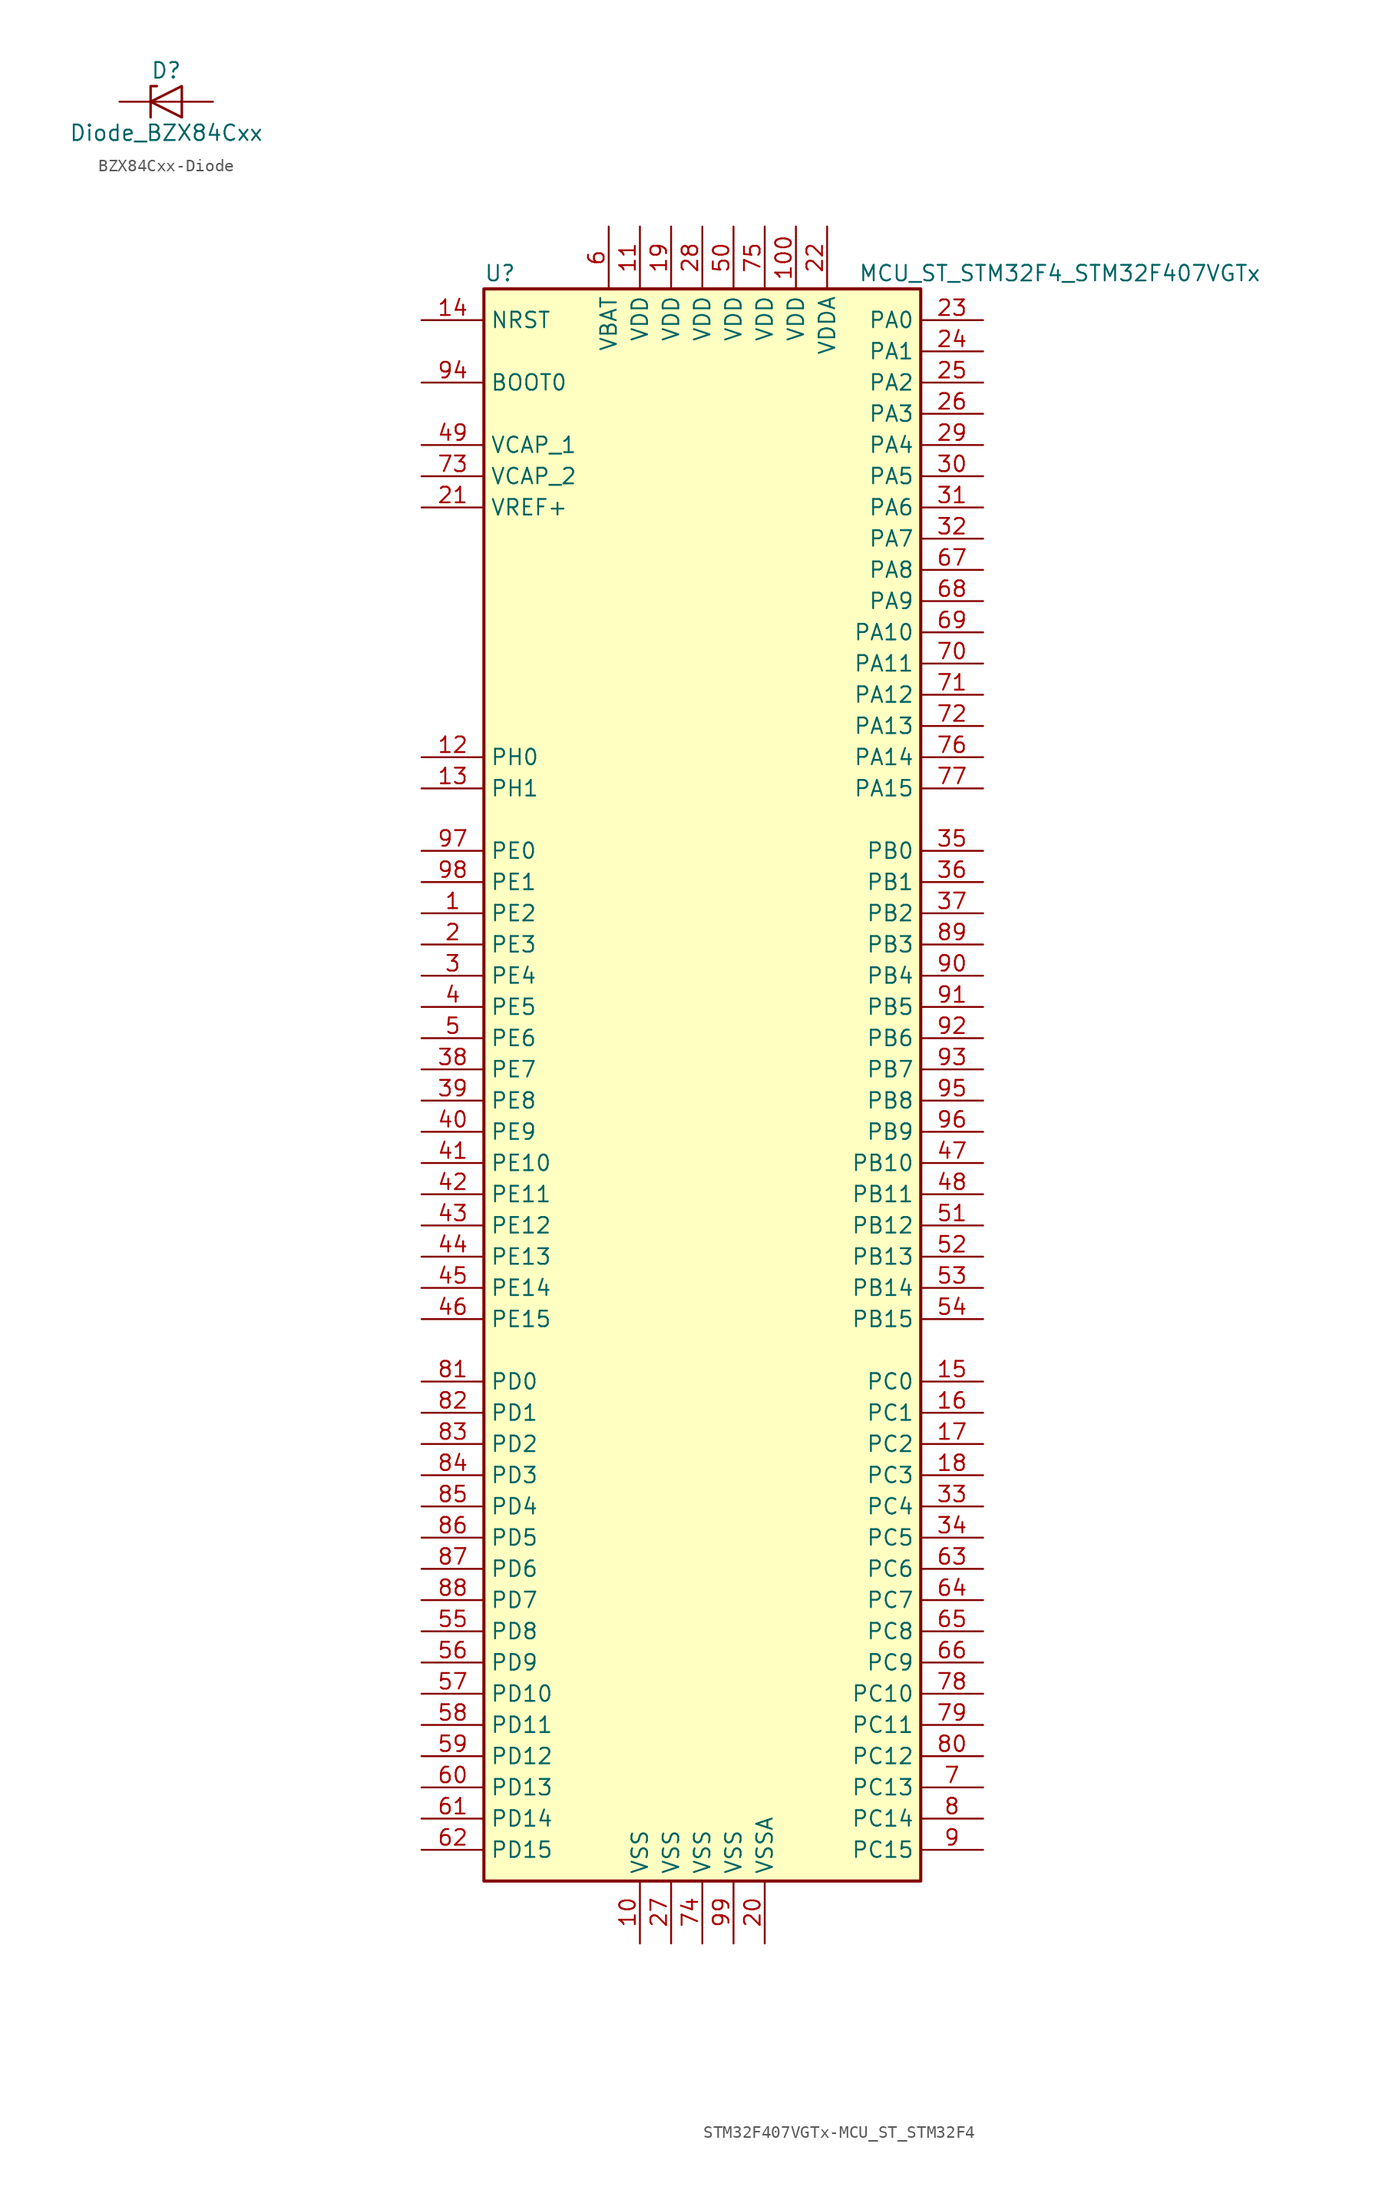
<source format=kicad_sym>
(kicad_symbol_lib
  (version 20231120)
  (generator "kicad_symbol_editor")
  (generator_version "8.0")
  (symbol "BZX84Cxx-Diode"
    (pin_numbers hide)
    (pin_names
      (offset 1.016) hide)
    (property "Reference" "D"
      (at 0 2.54 0)
      (effects (font (size 1.27 1.27))))
    (property "Value" "Diode_BZX84Cxx"
      (at 0 -2.54 0)
      (effects (font (size 1.27 1.27))))
    (symbol "BZX84Cxx-Diode_0_1"
      (polyline (pts (xy 1.27 0) (xy -1.27 0)) (stroke (width 0) (type solid)) (fill (type none)))
      (polyline (pts (xy -1.27 -1.27) (xy -1.27 1.27) (xy -0.762 1.27)) (stroke (width 0.203) (type solid)) (fill (type none)))
      (polyline (pts (xy 1.27 -1.27) (xy 1.27 1.27) (xy -1.27 0) (xy 1.27 -1.27)) (stroke (width 0.203) (type solid)) (fill (type none))))
    (symbol "BZX84Cxx-Diode_1_1"
      (pin passive line (at -3.81 0 0) (length 2.54) (name "K" (effects (font (size 1.27 1.27)))) (number "1" (effects (font (size 1.27 1.27)))))
      (pin passive line (at 3.81 0 180) (length 2.54) (name "A" (effects (font (size 1.27 1.27)))) (number "2" (effects (font (size 1.27 1.27)))))))
  (symbol "STM32F407VGTx-MCU_ST_STM32F4"
    (property "Reference" "U"
      (at -17.78 64.77 0)
      (effects (font (size 1.27 1.27)) (justify left)))
    (property "Value" "MCU_ST_STM32F4_STM32F407VGTx"
      (at 12.7 64.77 0)
      (effects (font (size 1.27 1.27)) (justify left)))
    (symbol "STM32F407VGTx-MCU_ST_STM32F4_0_1"
      (rectangle (start -17.78 -66.04) (end 17.78 63.5) (stroke (width 0.254) (type solid)) (fill (type background))))
    (symbol "STM32F407VGTx-MCU_ST_STM32F4_1_1"
      (pin bidirectional line (at -22.86 12.7 0) (length 5.08) (name "PE2" (effects (font (size 1.27 1.27)))) (number "1" (effects (font (size 1.27 1.27)))))
      (pin power_in line (at -5.08 -71.12 90) (length 5.08) (name "VSS" (effects (font (size 1.27 1.27)))) (number "10" (effects (font (size 1.27 1.27)))))
      (pin power_in line (at 7.62 68.58 270) (length 5.08) (name "VDD" (effects (font (size 1.27 1.27)))) (number "100" (effects (font (size 1.27 1.27)))))
      (pin power_in line (at -5.08 68.58 270) (length 5.08) (name "VDD" (effects (font (size 1.27 1.27)))) (number "11" (effects (font (size 1.27 1.27)))))
      (pin input line (at -22.86 25.4 0) (length 5.08) (name "PH0" (effects (font (size 1.27 1.27)))) (number "12" (effects (font (size 1.27 1.27)))))
      (pin input line (at -22.86 22.86 0) (length 5.08) (name "PH1" (effects (font (size 1.27 1.27)))) (number "13" (effects (font (size 1.27 1.27)))))
      (pin input line (at -22.86 60.96 0) (length 5.08) (name "NRST" (effects (font (size 1.27 1.27)))) (number "14" (effects (font (size 1.27 1.27)))))
      (pin bidirectional line (at 22.86 -25.4 180) (length 5.08) (name "PC0" (effects (font (size 1.27 1.27)))) (number "15" (effects (font (size 1.27 1.27)))))
      (pin bidirectional line (at 22.86 -27.94 180) (length 5.08) (name "PC1" (effects (font (size 1.27 1.27)))) (number "16" (effects (font (size 1.27 1.27)))))
      (pin bidirectional line (at 22.86 -30.48 180) (length 5.08) (name "PC2" (effects (font (size 1.27 1.27)))) (number "17" (effects (font (size 1.27 1.27)))))
      (pin bidirectional line (at 22.86 -33.02 180) (length 5.08) (name "PC3" (effects (font (size 1.27 1.27)))) (number "18" (effects (font (size 1.27 1.27)))))
      (pin power_in line (at -2.54 68.58 270) (length 5.08) (name "VDD" (effects (font (size 1.27 1.27)))) (number "19" (effects (font (size 1.27 1.27)))))
      (pin bidirectional line (at -22.86 10.16 0) (length 5.08) (name "PE3" (effects (font (size 1.27 1.27)))) (number "2" (effects (font (size 1.27 1.27)))))
      (pin power_in line (at 5.08 -71.12 90) (length 5.08) (name "VSSA" (effects (font (size 1.27 1.27)))) (number "20" (effects (font (size 1.27 1.27)))))
      (pin power_in line (at -22.86 45.72 0) (length 5.08) (name "VREF+" (effects (font (size 1.27 1.27)))) (number "21" (effects (font (size 1.27 1.27)))))
      (pin power_in line (at 10.16 68.58 270) (length 5.08) (name "VDDA" (effects (font (size 1.27 1.27)))) (number "22" (effects (font (size 1.27 1.27)))))
      (pin bidirectional line (at 22.86 60.96 180) (length 5.08) (name "PA0" (effects (font (size 1.27 1.27)))) (number "23" (effects (font (size 1.27 1.27)))))
      (pin bidirectional line (at 22.86 58.42 180) (length 5.08) (name "PA1" (effects (font (size 1.27 1.27)))) (number "24" (effects (font (size 1.27 1.27)))))
      (pin bidirectional line (at 22.86 55.88 180) (length 5.08) (name "PA2" (effects (font (size 1.27 1.27)))) (number "25" (effects (font (size 1.27 1.27)))))
      (pin bidirectional line (at 22.86 53.34 180) (length 5.08) (name "PA3" (effects (font (size 1.27 1.27)))) (number "26" (effects (font (size 1.27 1.27)))))
      (pin power_in line (at -2.54 -71.12 90) (length 5.08) (name "VSS" (effects (font (size 1.27 1.27)))) (number "27" (effects (font (size 1.27 1.27)))))
      (pin power_in line (at 0 68.58 270) (length 5.08) (name "VDD" (effects (font (size 1.27 1.27)))) (number "28" (effects (font (size 1.27 1.27)))))
      (pin bidirectional line (at 22.86 50.8 180) (length 5.08) (name "PA4" (effects (font (size 1.27 1.27)))) (number "29" (effects (font (size 1.27 1.27)))))
      (pin bidirectional line (at -22.86 7.62 0) (length 5.08) (name "PE4" (effects (font (size 1.27 1.27)))) (number "3" (effects (font (size 1.27 1.27)))))
      (pin bidirectional line (at 22.86 48.26 180) (length 5.08) (name "PA5" (effects (font (size 1.27 1.27)))) (number "30" (effects (font (size 1.27 1.27)))))
      (pin bidirectional line (at 22.86 45.72 180) (length 5.08) (name "PA6" (effects (font (size 1.27 1.27)))) (number "31" (effects (font (size 1.27 1.27)))))
      (pin bidirectional line (at 22.86 43.18 180) (length 5.08) (name "PA7" (effects (font (size 1.27 1.27)))) (number "32" (effects (font (size 1.27 1.27)))))
      (pin bidirectional line (at 22.86 -35.56 180) (length 5.08) (name "PC4" (effects (font (size 1.27 1.27)))) (number "33" (effects (font (size 1.27 1.27)))))
      (pin bidirectional line (at 22.86 -38.1 180) (length 5.08) (name "PC5" (effects (font (size 1.27 1.27)))) (number "34" (effects (font (size 1.27 1.27)))))
      (pin bidirectional line (at 22.86 17.78 180) (length 5.08) (name "PB0" (effects (font (size 1.27 1.27)))) (number "35" (effects (font (size 1.27 1.27)))))
      (pin bidirectional line (at 22.86 15.24 180) (length 5.08) (name "PB1" (effects (font (size 1.27 1.27)))) (number "36" (effects (font (size 1.27 1.27)))))
      (pin bidirectional line (at 22.86 12.7 180) (length 5.08) (name "PB2" (effects (font (size 1.27 1.27)))) (number "37" (effects (font (size 1.27 1.27)))))
      (pin bidirectional line (at -22.86 0 0) (length 5.08) (name "PE7" (effects (font (size 1.27 1.27)))) (number "38" (effects (font (size 1.27 1.27)))))
      (pin bidirectional line (at -22.86 -2.54 0) (length 5.08) (name "PE8" (effects (font (size 1.27 1.27)))) (number "39" (effects (font (size 1.27 1.27)))))
      (pin bidirectional line (at -22.86 5.08 0) (length 5.08) (name "PE5" (effects (font (size 1.27 1.27)))) (number "4" (effects (font (size 1.27 1.27)))))
      (pin bidirectional line (at -22.86 -5.08 0) (length 5.08) (name "PE9" (effects (font (size 1.27 1.27)))) (number "40" (effects (font (size 1.27 1.27)))))
      (pin bidirectional line (at -22.86 -7.62 0) (length 5.08) (name "PE10" (effects (font (size 1.27 1.27)))) (number "41" (effects (font (size 1.27 1.27)))))
      (pin bidirectional line (at -22.86 -10.16 0) (length 5.08) (name "PE11" (effects (font (size 1.27 1.27)))) (number "42" (effects (font (size 1.27 1.27)))))
      (pin bidirectional line (at -22.86 -12.7 0) (length 5.08) (name "PE12" (effects (font (size 1.27 1.27)))) (number "43" (effects (font (size 1.27 1.27)))))
      (pin bidirectional line (at -22.86 -15.24 0) (length 5.08) (name "PE13" (effects (font (size 1.27 1.27)))) (number "44" (effects (font (size 1.27 1.27)))))
      (pin bidirectional line (at -22.86 -17.78 0) (length 5.08) (name "PE14" (effects (font (size 1.27 1.27)))) (number "45" (effects (font (size 1.27 1.27)))))
      (pin bidirectional line (at -22.86 -20.32 0) (length 5.08) (name "PE15" (effects (font (size 1.27 1.27)))) (number "46" (effects (font (size 1.27 1.27)))))
      (pin bidirectional line (at 22.86 -7.62 180) (length 5.08) (name "PB10" (effects (font (size 1.27 1.27)))) (number "47" (effects (font (size 1.27 1.27)))))
      (pin bidirectional line (at 22.86 -10.16 180) (length 5.08) (name "PB11" (effects (font (size 1.27 1.27)))) (number "48" (effects (font (size 1.27 1.27)))))
      (pin power_in line (at -22.86 50.8 0) (length 5.08) (name "VCAP_1" (effects (font (size 1.27 1.27)))) (number "49" (effects (font (size 1.27 1.27)))))
      (pin bidirectional line (at -22.86 2.54 0) (length 5.08) (name "PE6" (effects (font (size 1.27 1.27)))) (number "5" (effects (font (size 1.27 1.27)))))
      (pin power_in line (at 2.54 68.58 270) (length 5.08) (name "VDD" (effects (font (size 1.27 1.27)))) (number "50" (effects (font (size 1.27 1.27)))))
      (pin bidirectional line (at 22.86 -12.7 180) (length 5.08) (name "PB12" (effects (font (size 1.27 1.27)))) (number "51" (effects (font (size 1.27 1.27)))))
      (pin bidirectional line (at 22.86 -15.24 180) (length 5.08) (name "PB13" (effects (font (size 1.27 1.27)))) (number "52" (effects (font (size 1.27 1.27)))))
      (pin bidirectional line (at 22.86 -17.78 180) (length 5.08) (name "PB14" (effects (font (size 1.27 1.27)))) (number "53" (effects (font (size 1.27 1.27)))))
      (pin bidirectional line (at 22.86 -20.32 180) (length 5.08) (name "PB15" (effects (font (size 1.27 1.27)))) (number "54" (effects (font (size 1.27 1.27)))))
      (pin bidirectional line (at -22.86 -45.72 0) (length 5.08) (name "PD8" (effects (font (size 1.27 1.27)))) (number "55" (effects (font (size 1.27 1.27)))))
      (pin bidirectional line (at -22.86 -48.26 0) (length 5.08) (name "PD9" (effects (font (size 1.27 1.27)))) (number "56" (effects (font (size 1.27 1.27)))))
      (pin bidirectional line (at -22.86 -50.8 0) (length 5.08) (name "PD10" (effects (font (size 1.27 1.27)))) (number "57" (effects (font (size 1.27 1.27)))))
      (pin bidirectional line (at -22.86 -53.34 0) (length 5.08) (name "PD11" (effects (font (size 1.27 1.27)))) (number "58" (effects (font (size 1.27 1.27)))))
      (pin bidirectional line (at -22.86 -55.88 0) (length 5.08) (name "PD12" (effects (font (size 1.27 1.27)))) (number "59" (effects (font (size 1.27 1.27)))))
      (pin power_in line (at -7.62 68.58 270) (length 5.08) (name "VBAT" (effects (font (size 1.27 1.27)))) (number "6" (effects (font (size 1.27 1.27)))))
      (pin bidirectional line (at -22.86 -58.42 0) (length 5.08) (name "PD13" (effects (font (size 1.27 1.27)))) (number "60" (effects (font (size 1.27 1.27)))))
      (pin bidirectional line (at -22.86 -60.96 0) (length 5.08) (name "PD14" (effects (font (size 1.27 1.27)))) (number "61" (effects (font (size 1.27 1.27)))))
      (pin bidirectional line (at -22.86 -63.5 0) (length 5.08) (name "PD15" (effects (font (size 1.27 1.27)))) (number "62" (effects (font (size 1.27 1.27)))))
      (pin bidirectional line (at 22.86 -40.64 180) (length 5.08) (name "PC6" (effects (font (size 1.27 1.27)))) (number "63" (effects (font (size 1.27 1.27)))))
      (pin bidirectional line (at 22.86 -43.18 180) (length 5.08) (name "PC7" (effects (font (size 1.27 1.27)))) (number "64" (effects (font (size 1.27 1.27)))))
      (pin bidirectional line (at 22.86 -45.72 180) (length 5.08) (name "PC8" (effects (font (size 1.27 1.27)))) (number "65" (effects (font (size 1.27 1.27)))))
      (pin bidirectional line (at 22.86 -48.26 180) (length 5.08) (name "PC9" (effects (font (size 1.27 1.27)))) (number "66" (effects (font (size 1.27 1.27)))))
      (pin bidirectional line (at 22.86 40.64 180) (length 5.08) (name "PA8" (effects (font (size 1.27 1.27)))) (number "67" (effects (font (size 1.27 1.27)))))
      (pin bidirectional line (at 22.86 38.1 180) (length 5.08) (name "PA9" (effects (font (size 1.27 1.27)))) (number "68" (effects (font (size 1.27 1.27)))))
      (pin bidirectional line (at 22.86 35.56 180) (length 5.08) (name "PA10" (effects (font (size 1.27 1.27)))) (number "69" (effects (font (size 1.27 1.27)))))
      (pin bidirectional line (at 22.86 -58.42 180) (length 5.08) (name "PC13" (effects (font (size 1.27 1.27)))) (number "7" (effects (font (size 1.27 1.27)))))
      (pin bidirectional line (at 22.86 33.02 180) (length 5.08) (name "PA11" (effects (font (size 1.27 1.27)))) (number "70" (effects (font (size 1.27 1.27)))))
      (pin bidirectional line (at 22.86 30.48 180) (length 5.08) (name "PA12" (effects (font (size 1.27 1.27)))) (number "71" (effects (font (size 1.27 1.27)))))
      (pin bidirectional line (at 22.86 27.94 180) (length 5.08) (name "PA13" (effects (font (size 1.27 1.27)))) (number "72" (effects (font (size 1.27 1.27)))))
      (pin power_in line (at -22.86 48.26 0) (length 5.08) (name "VCAP_2" (effects (font (size 1.27 1.27)))) (number "73" (effects (font (size 1.27 1.27)))))
      (pin power_in line (at 0 -71.12 90) (length 5.08) (name "VSS" (effects (font (size 1.27 1.27)))) (number "74" (effects (font (size 1.27 1.27)))))
      (pin power_in line (at 5.08 68.58 270) (length 5.08) (name "VDD" (effects (font (size 1.27 1.27)))) (number "75" (effects (font (size 1.27 1.27)))))
      (pin bidirectional line (at 22.86 25.4 180) (length 5.08) (name "PA14" (effects (font (size 1.27 1.27)))) (number "76" (effects (font (size 1.27 1.27)))))
      (pin bidirectional line (at 22.86 22.86 180) (length 5.08) (name "PA15" (effects (font (size 1.27 1.27)))) (number "77" (effects (font (size 1.27 1.27)))))
      (pin bidirectional line (at 22.86 -50.8 180) (length 5.08) (name "PC10" (effects (font (size 1.27 1.27)))) (number "78" (effects (font (size 1.27 1.27)))))
      (pin bidirectional line (at 22.86 -53.34 180) (length 5.08) (name "PC11" (effects (font (size 1.27 1.27)))) (number "79" (effects (font (size 1.27 1.27)))))
      (pin bidirectional line (at 22.86 -60.96 180) (length 5.08) (name "PC14" (effects (font (size 1.27 1.27)))) (number "8" (effects (font (size 1.27 1.27)))))
      (pin bidirectional line (at 22.86 -55.88 180) (length 5.08) (name "PC12" (effects (font (size 1.27 1.27)))) (number "80" (effects (font (size 1.27 1.27)))))
      (pin bidirectional line (at -22.86 -25.4 0) (length 5.08) (name "PD0" (effects (font (size 1.27 1.27)))) (number "81" (effects (font (size 1.27 1.27)))))
      (pin bidirectional line (at -22.86 -27.94 0) (length 5.08) (name "PD1" (effects (font (size 1.27 1.27)))) (number "82" (effects (font (size 1.27 1.27)))))
      (pin bidirectional line (at -22.86 -30.48 0) (length 5.08) (name "PD2" (effects (font (size 1.27 1.27)))) (number "83" (effects (font (size 1.27 1.27)))))
      (pin bidirectional line (at -22.86 -33.02 0) (length 5.08) (name "PD3" (effects (font (size 1.27 1.27)))) (number "84" (effects (font (size 1.27 1.27)))))
      (pin bidirectional line (at -22.86 -35.56 0) (length 5.08) (name "PD4" (effects (font (size 1.27 1.27)))) (number "85" (effects (font (size 1.27 1.27)))))
      (pin bidirectional line (at -22.86 -38.1 0) (length 5.08) (name "PD5" (effects (font (size 1.27 1.27)))) (number "86" (effects (font (size 1.27 1.27)))))
      (pin bidirectional line (at -22.86 -40.64 0) (length 5.08) (name "PD6" (effects (font (size 1.27 1.27)))) (number "87" (effects (font (size 1.27 1.27)))))
      (pin bidirectional line (at -22.86 -43.18 0) (length 5.08) (name "PD7" (effects (font (size 1.27 1.27)))) (number "88" (effects (font (size 1.27 1.27)))))
      (pin bidirectional line (at 22.86 10.16 180) (length 5.08) (name "PB3" (effects (font (size 1.27 1.27)))) (number "89" (effects (font (size 1.27 1.27)))))
      (pin bidirectional line (at 22.86 -63.5 180) (length 5.08) (name "PC15" (effects (font (size 1.27 1.27)))) (number "9" (effects (font (size 1.27 1.27)))))
      (pin bidirectional line (at 22.86 7.62 180) (length 5.08) (name "PB4" (effects (font (size 1.27 1.27)))) (number "90" (effects (font (size 1.27 1.27)))))
      (pin bidirectional line (at 22.86 5.08 180) (length 5.08) (name "PB5" (effects (font (size 1.27 1.27)))) (number "91" (effects (font (size 1.27 1.27)))))
      (pin bidirectional line (at 22.86 2.54 180) (length 5.08) (name "PB6" (effects (font (size 1.27 1.27)))) (number "92" (effects (font (size 1.27 1.27)))))
      (pin bidirectional line (at 22.86 0 180) (length 5.08) (name "PB7" (effects (font (size 1.27 1.27)))) (number "93" (effects (font (size 1.27 1.27)))))
      (pin input line (at -22.86 55.88 0) (length 5.08) (name "BOOT0" (effects (font (size 1.27 1.27)))) (number "94" (effects (font (size 1.27 1.27)))))
      (pin bidirectional line (at 22.86 -2.54 180) (length 5.08) (name "PB8" (effects (font (size 1.27 1.27)))) (number "95" (effects (font (size 1.27 1.27)))))
      (pin bidirectional line (at 22.86 -5.08 180) (length 5.08) (name "PB9" (effects (font (size 1.27 1.27)))) (number "96" (effects (font (size 1.27 1.27)))))
      (pin bidirectional line (at -22.86 17.78 0) (length 5.08) (name "PE0" (effects (font (size 1.27 1.27)))) (number "97" (effects (font (size 1.27 1.27)))))
      (pin bidirectional line (at -22.86 15.24 0) (length 5.08) (name "PE1" (effects (font (size 1.27 1.27)))) (number "98" (effects (font (size 1.27 1.27)))))
      (pin power_in line (at 2.54 -71.12 90) (length 5.08) (name "VSS" (effects (font (size 1.27 1.27)))) (number "99" (effects (font (size 1.27 1.27))))))))
</source>
